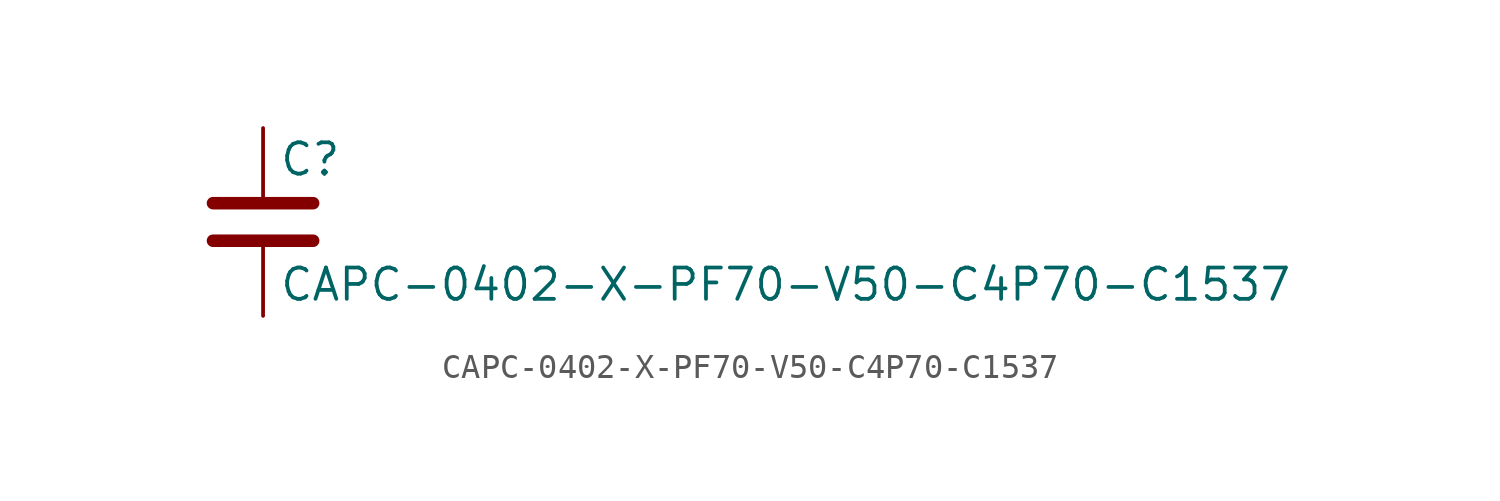
<source format=kicad_sym>
(kicad_symbol_lib
  (version 20211014)
  (generator kicad_symbol_editor)
  (symbol "CAPC-0402-X-PF70-V50-C4P70-C1537"
    (pin_numbers hide)
    (pin_names
      (offset 0.254))
    (property "Reference" "C"
      (at 0.635 2.54 0)
      (effects (font (size 1.27 1.27)) (justify left)))
    (property "Value" "CAPC-0402-X-PF70-V50-C4P70-C1537"
      (at 0.635 -2.54 0)
      (effects (font (size 1.27 1.27)) (justify left)))
    (symbol "CAPC-0402-X-PF70-V50-C4P70-C1537_0_1"
      (polyline (pts (xy -2.032 -0.762) (xy 2.032 -0.762)) (stroke (width 0.508) (type default) (color 0 0 0 0)) (fill (type none)))
      (polyline (pts (xy -2.032 0.762) (xy 2.032 0.762)) (stroke (width 0.508) (type default) (color 0 0 0 0)) (fill (type none))))
    (symbol "CAPC-0402-X-PF70-V50-C4P70-C1537_1_1"
      (pin passive line (at 0 3.81 270) (length 2.794) (name "~" (effects (font (size 1.27 1.27)))) (number "1" (effects (font (size 1.27 1.27)))))
      (pin passive line (at 0 -3.81 90) (length 2.794) (name "~" (effects (font (size 1.27 1.27)))) (number "2" (effects (font (size 1.27 1.27))))))))
</source>
